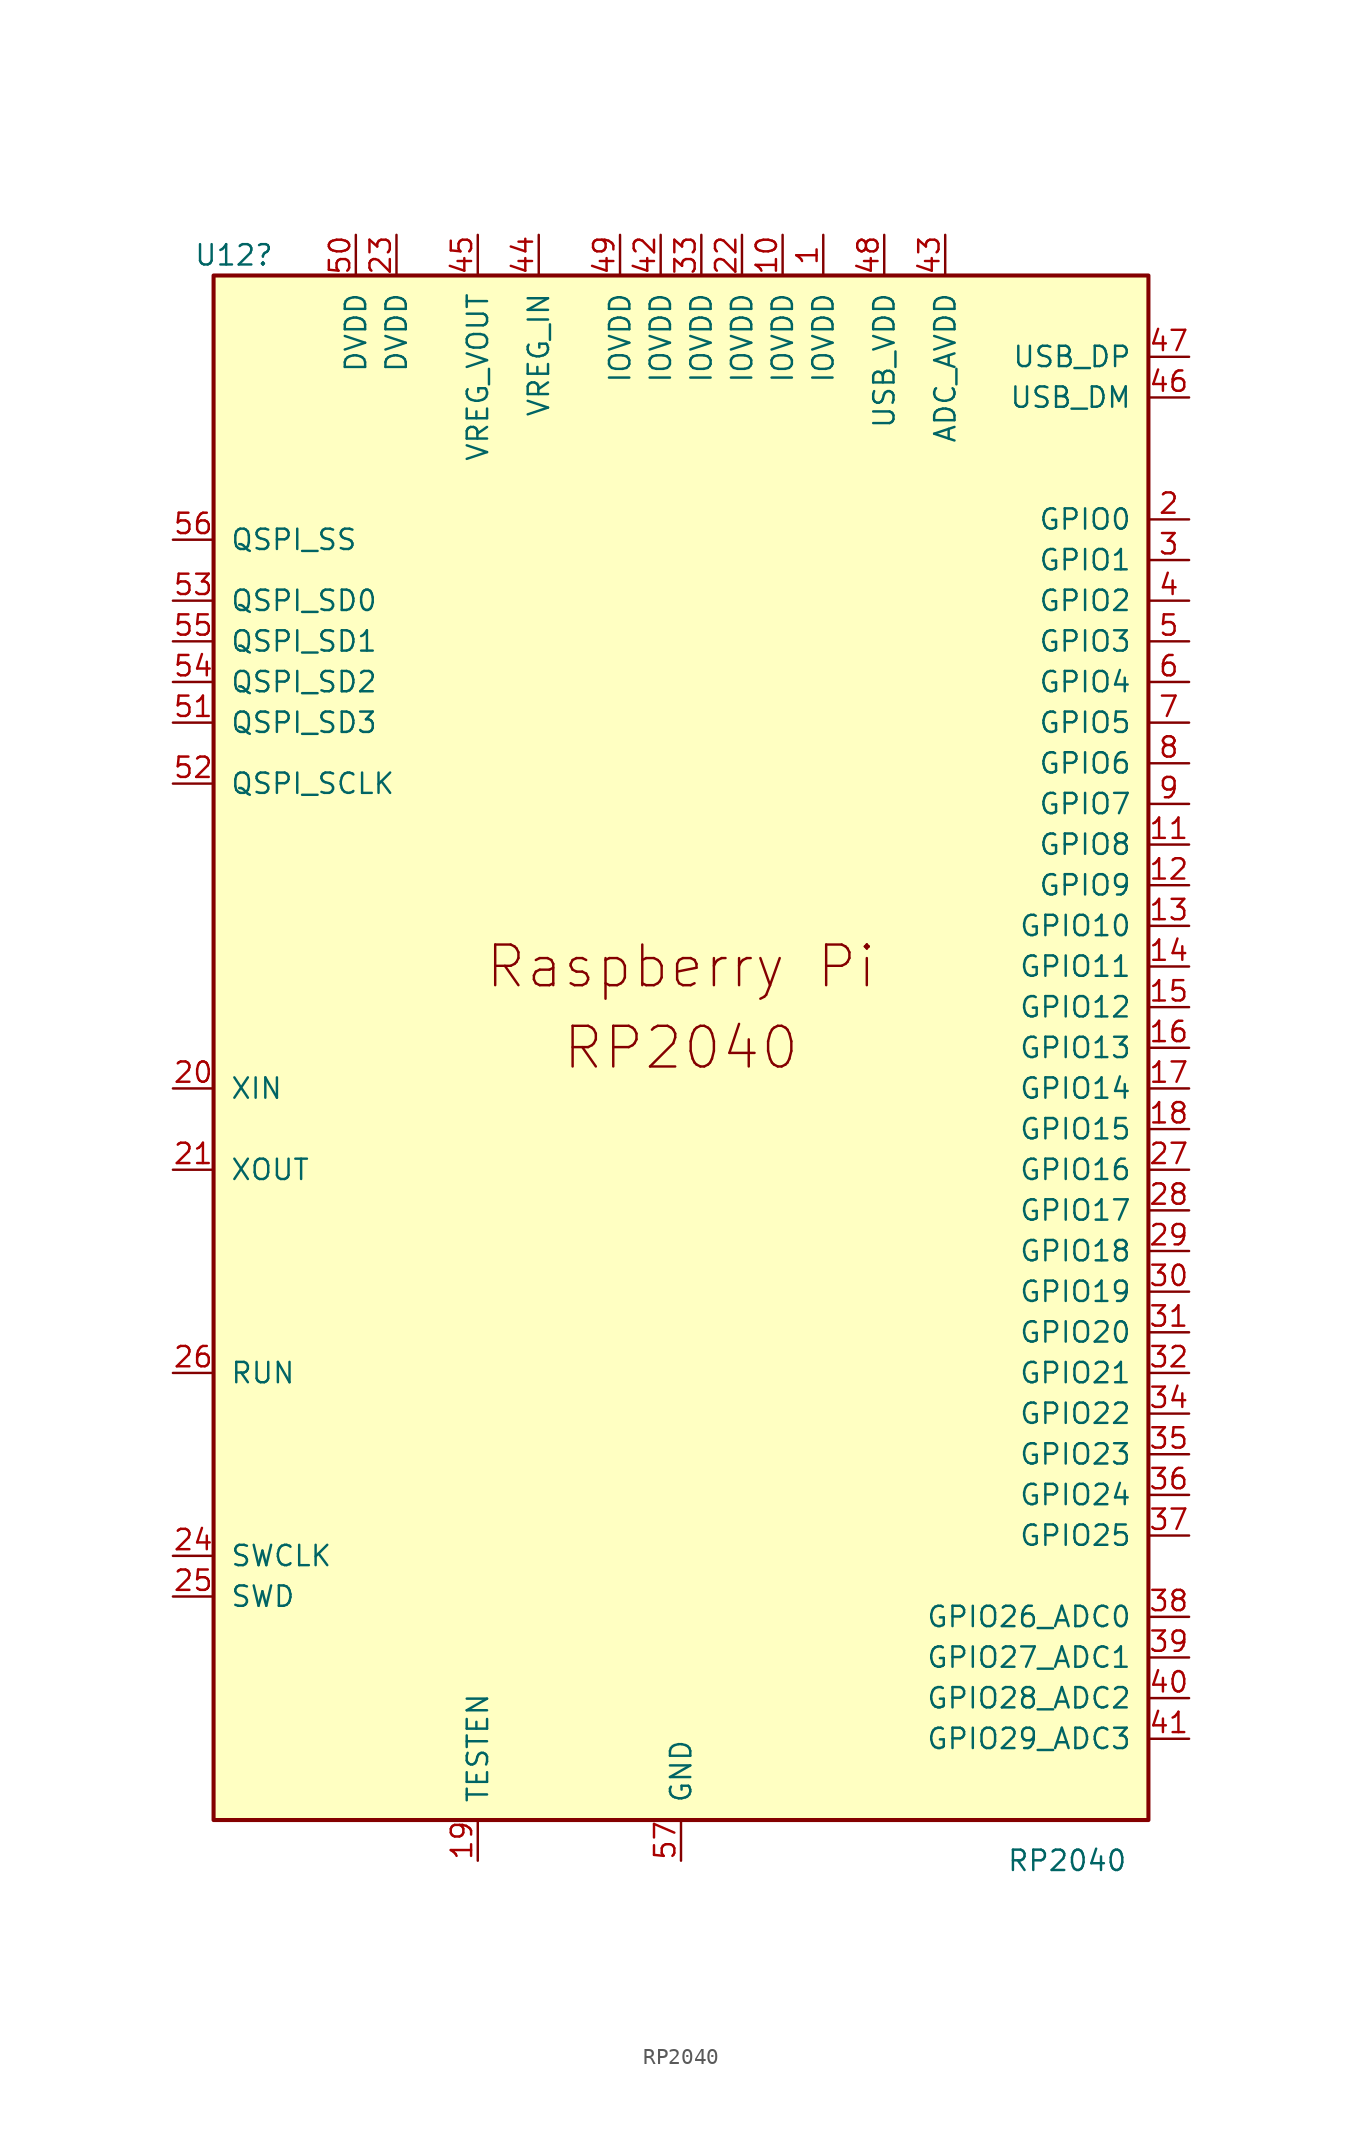
<source format=kicad_sym>
(kicad_symbol_lib
  (version 20211014)
  (generator kicad_symbol_editor)
  (symbol "RP2040"
    (pin_names
      (offset 1.016))
    (property "Reference" "U12"
      (at -27.94 49.53 0)
      (effects (font (size 1.27 1.27))))
    (property "Value" "RP2040"
      (at 24.13 -50.8 0)
      (effects (font (size 1.27 1.27))))
    (symbol "RP2040_0_0"
      (text "Raspberry Pi" (at 0 5.08 0) (effects (font (size 2.54 2.54))))
      (text "RP2040" (at 0 0 0) (effects (font (size 2.54 2.54)))))
    (symbol "RP2040_0_1"
      (rectangle (start 29.21 48.26) (end -29.21 -48.26) (stroke (width 0.254) (type default) (color 0 0 0 0)) (fill (type background))))
    (symbol "RP2040_1_1"
      (pin power_in line (at 8.89 50.8 270) (length 2.54) (name "IOVDD" (effects (font (size 1.27 1.27)))) (number "1" (effects (font (size 1.27 1.27)))))
      (pin power_in line (at 6.35 50.8 270) (length 2.54) (name "IOVDD" (effects (font (size 1.27 1.27)))) (number "10" (effects (font (size 1.27 1.27)))))
      (pin bidirectional line (at 31.75 12.7 180) (length 2.54) (name "GPIO8" (effects (font (size 1.27 1.27)))) (number "11" (effects (font (size 1.27 1.27)))))
      (pin bidirectional line (at 31.75 10.16 180) (length 2.54) (name "GPIO9" (effects (font (size 1.27 1.27)))) (number "12" (effects (font (size 1.27 1.27)))))
      (pin bidirectional line (at 31.75 7.62 180) (length 2.54) (name "GPIO10" (effects (font (size 1.27 1.27)))) (number "13" (effects (font (size 1.27 1.27)))))
      (pin bidirectional line (at 31.75 5.08 180) (length 2.54) (name "GPIO11" (effects (font (size 1.27 1.27)))) (number "14" (effects (font (size 1.27 1.27)))))
      (pin bidirectional line (at 31.75 2.54 180) (length 2.54) (name "GPIO12" (effects (font (size 1.27 1.27)))) (number "15" (effects (font (size 1.27 1.27)))))
      (pin bidirectional line (at 31.75 0 180) (length 2.54) (name "GPIO13" (effects (font (size 1.27 1.27)))) (number "16" (effects (font (size 1.27 1.27)))))
      (pin bidirectional line (at 31.75 -2.54 180) (length 2.54) (name "GPIO14" (effects (font (size 1.27 1.27)))) (number "17" (effects (font (size 1.27 1.27)))))
      (pin bidirectional line (at 31.75 -5.08 180) (length 2.54) (name "GPIO15" (effects (font (size 1.27 1.27)))) (number "18" (effects (font (size 1.27 1.27)))))
      (pin passive line (at -12.7 -50.8 90) (length 2.54) (name "TESTEN" (effects (font (size 1.27 1.27)))) (number "19" (effects (font (size 1.27 1.27)))))
      (pin bidirectional line (at 31.75 33.02 180) (length 2.54) (name "GPIO0" (effects (font (size 1.27 1.27)))) (number "2" (effects (font (size 1.27 1.27)))))
      (pin input line (at -31.75 -2.54 0) (length 2.54) (name "XIN" (effects (font (size 1.27 1.27)))) (number "20" (effects (font (size 1.27 1.27)))))
      (pin passive line (at -31.75 -7.62 0) (length 2.54) (name "XOUT" (effects (font (size 1.27 1.27)))) (number "21" (effects (font (size 1.27 1.27)))))
      (pin power_in line (at 3.81 50.8 270) (length 2.54) (name "IOVDD" (effects (font (size 1.27 1.27)))) (number "22" (effects (font (size 1.27 1.27)))))
      (pin power_in line (at -17.78 50.8 270) (length 2.54) (name "DVDD" (effects (font (size 1.27 1.27)))) (number "23" (effects (font (size 1.27 1.27)))))
      (pin output line (at -31.75 -31.75 0) (length 2.54) (name "SWCLK" (effects (font (size 1.27 1.27)))) (number "24" (effects (font (size 1.27 1.27)))))
      (pin bidirectional line (at -31.75 -34.29 0) (length 2.54) (name "SWD" (effects (font (size 1.27 1.27)))) (number "25" (effects (font (size 1.27 1.27)))))
      (pin input line (at -31.75 -20.32 0) (length 2.54) (name "RUN" (effects (font (size 1.27 1.27)))) (number "26" (effects (font (size 1.27 1.27)))))
      (pin bidirectional line (at 31.75 -7.62 180) (length 2.54) (name "GPIO16" (effects (font (size 1.27 1.27)))) (number "27" (effects (font (size 1.27 1.27)))))
      (pin bidirectional line (at 31.75 -10.16 180) (length 2.54) (name "GPIO17" (effects (font (size 1.27 1.27)))) (number "28" (effects (font (size 1.27 1.27)))))
      (pin bidirectional line (at 31.75 -12.7 180) (length 2.54) (name "GPIO18" (effects (font (size 1.27 1.27)))) (number "29" (effects (font (size 1.27 1.27)))))
      (pin bidirectional line (at 31.75 30.48 180) (length 2.54) (name "GPIO1" (effects (font (size 1.27 1.27)))) (number "3" (effects (font (size 1.27 1.27)))))
      (pin bidirectional line (at 31.75 -15.24 180) (length 2.54) (name "GPIO19" (effects (font (size 1.27 1.27)))) (number "30" (effects (font (size 1.27 1.27)))))
      (pin bidirectional line (at 31.75 -17.78 180) (length 2.54) (name "GPIO20" (effects (font (size 1.27 1.27)))) (number "31" (effects (font (size 1.27 1.27)))))
      (pin bidirectional line (at 31.75 -20.32 180) (length 2.54) (name "GPIO21" (effects (font (size 1.27 1.27)))) (number "32" (effects (font (size 1.27 1.27)))))
      (pin power_in line (at 1.27 50.8 270) (length 2.54) (name "IOVDD" (effects (font (size 1.27 1.27)))) (number "33" (effects (font (size 1.27 1.27)))))
      (pin bidirectional line (at 31.75 -22.86 180) (length 2.54) (name "GPIO22" (effects (font (size 1.27 1.27)))) (number "34" (effects (font (size 1.27 1.27)))))
      (pin bidirectional line (at 31.75 -25.4 180) (length 2.54) (name "GPIO23" (effects (font (size 1.27 1.27)))) (number "35" (effects (font (size 1.27 1.27)))))
      (pin bidirectional line (at 31.75 -27.94 180) (length 2.54) (name "GPIO24" (effects (font (size 1.27 1.27)))) (number "36" (effects (font (size 1.27 1.27)))))
      (pin bidirectional line (at 31.75 -30.48 180) (length 2.54) (name "GPIO25" (effects (font (size 1.27 1.27)))) (number "37" (effects (font (size 1.27 1.27)))))
      (pin bidirectional line (at 31.75 -35.56 180) (length 2.54) (name "GPIO26_ADC0" (effects (font (size 1.27 1.27)))) (number "38" (effects (font (size 1.27 1.27)))))
      (pin bidirectional line (at 31.75 -38.1 180) (length 2.54) (name "GPIO27_ADC1" (effects (font (size 1.27 1.27)))) (number "39" (effects (font (size 1.27 1.27)))))
      (pin bidirectional line (at 31.75 27.94 180) (length 2.54) (name "GPIO2" (effects (font (size 1.27 1.27)))) (number "4" (effects (font (size 1.27 1.27)))))
      (pin bidirectional line (at 31.75 -40.64 180) (length 2.54) (name "GPIO28_ADC2" (effects (font (size 1.27 1.27)))) (number "40" (effects (font (size 1.27 1.27)))))
      (pin bidirectional line (at 31.75 -43.18 180) (length 2.54) (name "GPIO29_ADC3" (effects (font (size 1.27 1.27)))) (number "41" (effects (font (size 1.27 1.27)))))
      (pin power_in line (at -1.27 50.8 270) (length 2.54) (name "IOVDD" (effects (font (size 1.27 1.27)))) (number "42" (effects (font (size 1.27 1.27)))))
      (pin power_in line (at 16.51 50.8 270) (length 2.54) (name "ADC_AVDD" (effects (font (size 1.27 1.27)))) (number "43" (effects (font (size 1.27 1.27)))))
      (pin power_in line (at -8.89 50.8 270) (length 2.54) (name "VREG_IN" (effects (font (size 1.27 1.27)))) (number "44" (effects (font (size 1.27 1.27)))))
      (pin power_out line (at -12.7 50.8 270) (length 2.54) (name "VREG_VOUT" (effects (font (size 1.27 1.27)))) (number "45" (effects (font (size 1.27 1.27)))))
      (pin bidirectional line (at 31.75 40.64 180) (length 2.54) (name "USB_DM" (effects (font (size 1.27 1.27)))) (number "46" (effects (font (size 1.27 1.27)))))
      (pin bidirectional line (at 31.75 43.18 180) (length 2.54) (name "USB_DP" (effects (font (size 1.27 1.27)))) (number "47" (effects (font (size 1.27 1.27)))))
      (pin power_in line (at 12.7 50.8 270) (length 2.54) (name "USB_VDD" (effects (font (size 1.27 1.27)))) (number "48" (effects (font (size 1.27 1.27)))))
      (pin power_in line (at -3.81 50.8 270) (length 2.54) (name "IOVDD" (effects (font (size 1.27 1.27)))) (number "49" (effects (font (size 1.27 1.27)))))
      (pin bidirectional line (at 31.75 25.4 180) (length 2.54) (name "GPIO3" (effects (font (size 1.27 1.27)))) (number "5" (effects (font (size 1.27 1.27)))))
      (pin power_in line (at -20.32 50.8 270) (length 2.54) (name "DVDD" (effects (font (size 1.27 1.27)))) (number "50" (effects (font (size 1.27 1.27)))))
      (pin bidirectional line (at -31.75 20.32 0) (length 2.54) (name "QSPI_SD3" (effects (font (size 1.27 1.27)))) (number "51" (effects (font (size 1.27 1.27)))))
      (pin output line (at -31.75 16.51 0) (length 2.54) (name "QSPI_SCLK" (effects (font (size 1.27 1.27)))) (number "52" (effects (font (size 1.27 1.27)))))
      (pin bidirectional line (at -31.75 27.94 0) (length 2.54) (name "QSPI_SD0" (effects (font (size 1.27 1.27)))) (number "53" (effects (font (size 1.27 1.27)))))
      (pin bidirectional line (at -31.75 22.86 0) (length 2.54) (name "QSPI_SD2" (effects (font (size 1.27 1.27)))) (number "54" (effects (font (size 1.27 1.27)))))
      (pin bidirectional line (at -31.75 25.4 0) (length 2.54) (name "QSPI_SD1" (effects (font (size 1.27 1.27)))) (number "55" (effects (font (size 1.27 1.27)))))
      (pin bidirectional line (at -31.75 31.75 0) (length 2.54) (name "QSPI_SS" (effects (font (size 1.27 1.27)))) (number "56" (effects (font (size 1.27 1.27)))))
      (pin power_in line (at 0 -50.8 90) (length 2.54) (name "GND" (effects (font (size 1.27 1.27)))) (number "57" (effects (font (size 1.27 1.27)))))
      (pin bidirectional line (at 31.75 22.86 180) (length 2.54) (name "GPIO4" (effects (font (size 1.27 1.27)))) (number "6" (effects (font (size 1.27 1.27)))))
      (pin bidirectional line (at 31.75 20.32 180) (length 2.54) (name "GPIO5" (effects (font (size 1.27 1.27)))) (number "7" (effects (font (size 1.27 1.27)))))
      (pin bidirectional line (at 31.75 17.78 180) (length 2.54) (name "GPIO6" (effects (font (size 1.27 1.27)))) (number "8" (effects (font (size 1.27 1.27)))))
      (pin bidirectional line (at 31.75 15.24 180) (length 2.54) (name "GPIO7" (effects (font (size 1.27 1.27)))) (number "9" (effects (font (size 1.27 1.27))))))))
</source>
